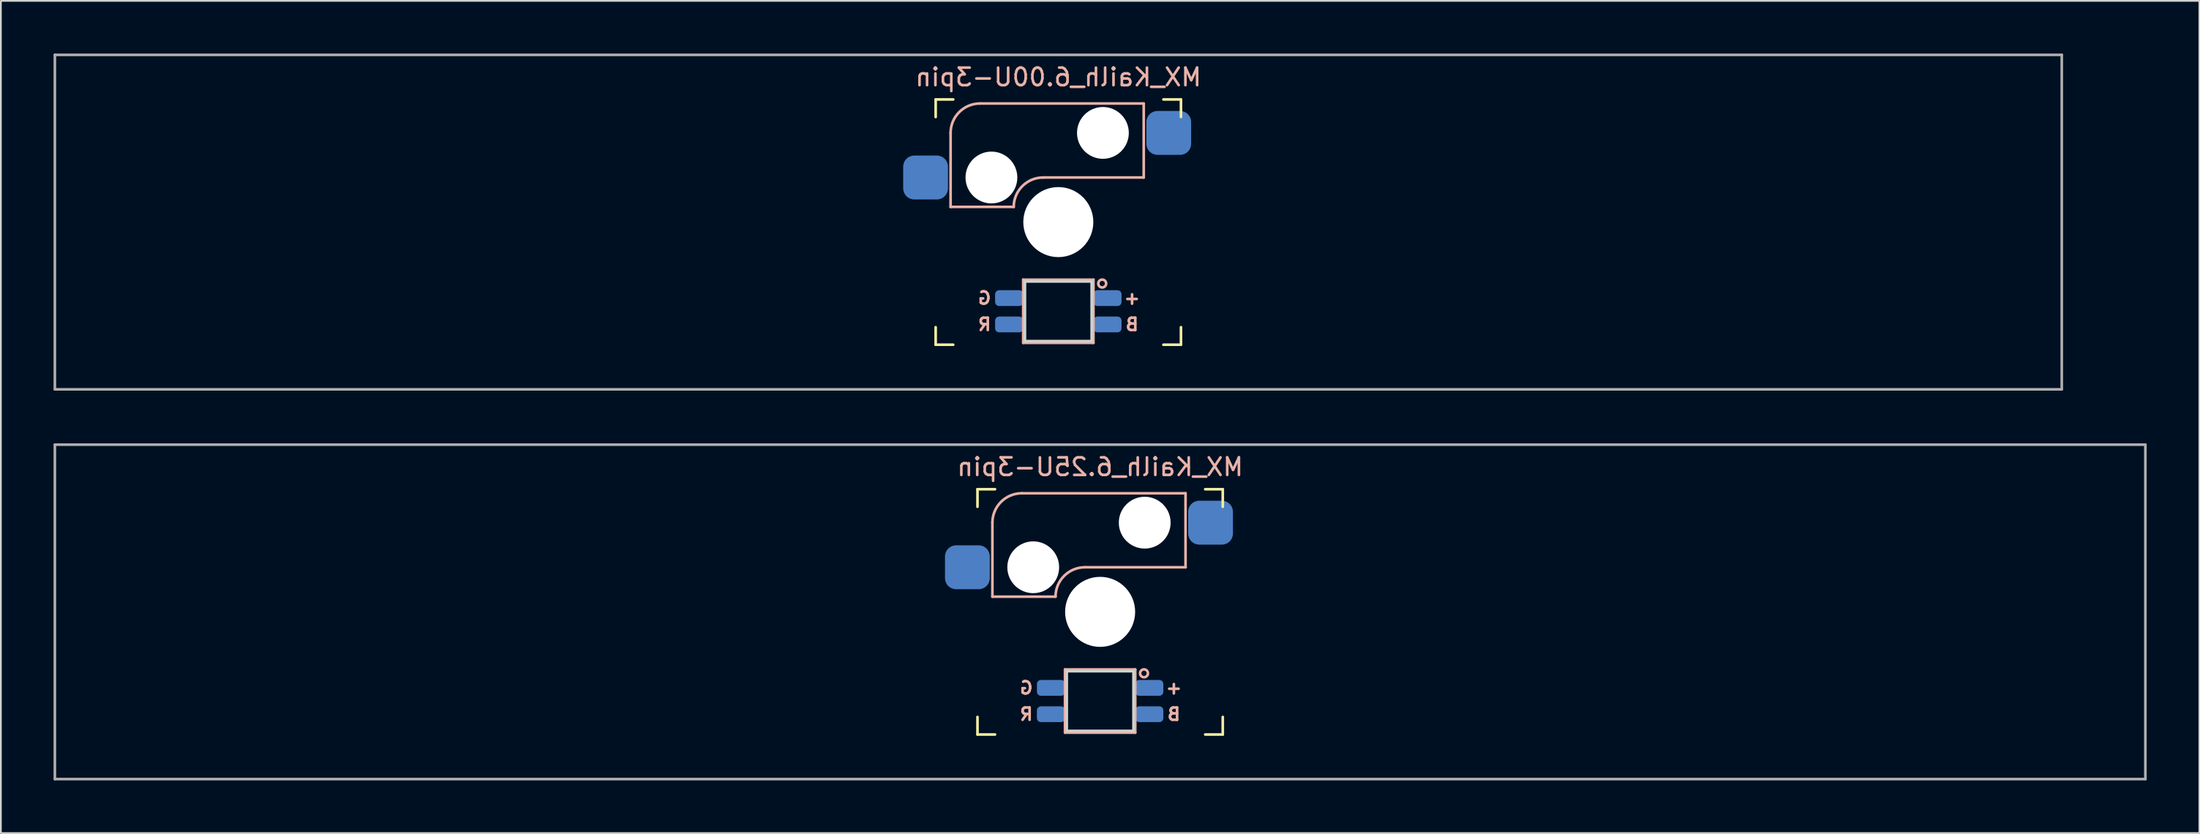
<source format=kicad_pcb>
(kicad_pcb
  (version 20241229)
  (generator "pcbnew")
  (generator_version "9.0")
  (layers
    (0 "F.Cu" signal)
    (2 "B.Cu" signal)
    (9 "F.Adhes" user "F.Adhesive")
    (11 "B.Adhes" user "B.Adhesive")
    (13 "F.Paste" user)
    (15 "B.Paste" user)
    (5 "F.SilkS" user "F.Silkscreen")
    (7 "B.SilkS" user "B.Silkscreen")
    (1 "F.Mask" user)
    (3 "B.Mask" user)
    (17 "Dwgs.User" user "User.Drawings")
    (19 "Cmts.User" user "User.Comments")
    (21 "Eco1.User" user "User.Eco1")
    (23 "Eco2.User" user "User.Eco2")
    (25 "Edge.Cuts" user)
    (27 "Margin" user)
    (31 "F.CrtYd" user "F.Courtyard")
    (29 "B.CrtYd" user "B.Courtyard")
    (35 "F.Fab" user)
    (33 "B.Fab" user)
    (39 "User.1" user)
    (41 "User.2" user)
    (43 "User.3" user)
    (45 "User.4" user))
  (footprint "MX_Kailh_6.25U-3pin"
    (layer "F.Cu")
    (at 59.606 31.8)
    (property "Reference" "MX_Kailh_6.25U-3pin" (at 0 -8.255 0) (layer "B.SilkS") (effects (font (size 1 1) (thickness 0.15)) (justify mirror)))
    (attr smd)
    (fp_line (start -6.985 -5.985) (end -6.985 -6.985) (stroke (width 0.15) (type solid)) (layer "F.SilkS"))
    (fp_line (start -6.985 6.985) (end -6.985 5.985) (stroke (width 0.15) (type solid)) (layer "F.SilkS"))
    (fp_line (start -6.985 6.985) (end -5.985 6.985) (stroke (width 0.15) (type solid)) (layer "F.SilkS"))
    (fp_line (start -5.985 -6.985) (end -6.985 -6.985) (stroke (width 0.15) (type solid)) (layer "F.SilkS"))
    (fp_line (start 5.985 6.985) (end 6.985 6.985) (stroke (width 0.15) (type solid)) (layer "F.SilkS"))
    (fp_line (start 6.985 -6.985) (end 5.985 -6.985) (stroke (width 0.15) (type solid)) (layer "F.SilkS"))
    (fp_line (start 6.985 -6.985) (end 6.985 -5.985) (stroke (width 0.15) (type solid)) (layer "F.SilkS"))
    (fp_line (start 6.985 5.985) (end 6.985 6.985) (stroke (width 0.15) (type solid)) (layer "F.SilkS"))
    (fp_line (start -6.135 -5.08) (end -6.135 -0.865) (stroke (width 0.15) (type solid)) (layer "B.SilkS"))
    (fp_line (start -6.135 -0.865) (end -2.54 -0.865) (stroke (width 0.15) (type solid)) (layer "B.SilkS"))
    (fp_line (start -4.46 -6.755) (end 4.865 -6.755) (stroke (width 0.15) (type solid)) (layer "B.SilkS"))
    (fp_line (start -2 3.28) (end -2 6.88) (stroke (width 0.15) (type solid)) (layer "B.SilkS"))
    (fp_line (start -2 6.88) (end 2 6.88) (stroke (width 0.15) (type solid)) (layer "B.SilkS"))
    (fp_line (start -0.865 -2.54) (end 4.865 -2.54) (stroke (width 0.15) (type solid)) (layer "B.SilkS"))
    (fp_line (start 2 3.28) (end -2 3.28) (stroke (width 0.15) (type solid)) (layer "B.SilkS"))
    (fp_line (start 2 6.88) (end 2 3.28) (stroke (width 0.15) (type solid)) (layer "B.SilkS"))
    (fp_line (start 4.865 -6.755) (end 4.865 -2.54) (stroke (width 0.15) (type solid)) (layer "B.SilkS"))
    (fp_arc (start -6.135 -5.08) (mid -5.644404 -6.264404) (end -4.46 -6.755) (stroke (width 0.15) (type solid)) (layer "B.SilkS"))
    (fp_arc (start -2.54 -0.865) (mid -2.049404 -2.049404) (end -0.865 -2.54) (stroke (width 0.15) (type solid)) (layer "B.SilkS"))
    (fp_circle (center 2.5 3.5) (end 2.724 3.5) (stroke (width 0.15) (type solid)) (fill no) (layer "B.SilkS"))
    (fp_line (start -6.985 6.985) (end -6.985 -6.985) (stroke (width 0.15) (type solid)) (layer "Eco2.User"))
    (fp_line (start -6.985 6.985) (end 6.985 6.985) (stroke (width 0.15) (type solid)) (layer "Eco2.User"))
    (fp_line (start 6.985 -6.985) (end -6.985 -6.985) (stroke (width 0.15) (type solid)) (layer "Eco2.User"))
    (fp_line (start 6.985 -6.985) (end 6.985 6.985) (stroke (width 0.15) (type solid)) (layer "Eco2.User"))
    (fp_line (start -1.9 3.38) (end -1.9 6.78) (stroke (width 0.15) (type solid)) (layer "Edge.Cuts"))
    (fp_line (start -1.9 3.38) (end 1.9 3.38) (stroke (width 0.15) (type solid)) (layer "Edge.Cuts"))
    (fp_line (start -1.9 6.78) (end 1.9 6.78) (stroke (width 0.15) (type solid)) (layer "Edge.Cuts"))
    (fp_line (start 1.9 3.38) (end 1.9 6.78) (stroke (width 0.15) (type solid)) (layer "Edge.Cuts"))
    (fp_line (start -59.531 -9.525) (end 59.531 -9.525) (stroke (width 0.15) (type solid)) (layer "F.Fab"))
    (fp_line (start -59.531 9.525) (end -59.531 -9.525) (stroke (width 0.15) (type solid)) (layer "F.Fab"))
    (fp_line (start 59.531 -9.525) (end 59.531 9.525) (stroke (width 0.15) (type solid)) (layer "F.Fab"))
    (fp_line (start 59.531 9.525) (end -59.531 9.525) (stroke (width 0.15) (type solid)) (layer "F.Fab"))
    (fp_text user "+" (at 4.2 4.33 0) (layer "B.SilkS") (effects (font (size 0.7 0.7) (thickness 0.15)) (justify mirror)))
    (fp_text user "G" (at -4.2 4.33 0) (layer "B.SilkS") (effects (font (size 0.7 0.7) (thickness 0.15)) (justify mirror)))
    (fp_text user "B" (at 4.2 5.83 0) (layer "B.SilkS") (effects (font (size 0.7 0.7) (thickness 0.15)) (justify mirror)))
    (fp_text user "R" (at -4.2 5.83 0) (layer "B.SilkS") (effects (font (size 0.7 0.7) (thickness 0.15)) (justify mirror)))
    (pad "" np_thru_hole circle (at -3.81 -2.54) (size 2.95 2.95) (drill 2.95) (layers "*.Cu" "*.Mask"))
    (pad "" np_thru_hole circle (at 0 0) (size 3.988 3.988) (drill 3.988) (layers "*.Cu" "*.Mask"))
    (pad "" np_thru_hole circle (at 2.54 -5.08) (size 2.95 2.95) (drill 2.95) (layers "*.Cu" "*.Mask"))
    (pad "1" smd roundrect (at 6.29 -5.08) (size 2.55 2.5) (layers "B.Cu" "B.Mask" "B.Paste") (roundrect_rratio 0.25))
    (pad "2" smd roundrect (at -7.56 -2.54) (size 2.55 2.5) (layers "B.Cu" "B.Mask" "B.Paste") (roundrect_rratio 0.25))
    (pad "3" smd roundrect (at 2.8 4.33) (size 1.6 0.9) (layers "B.Cu" "B.Mask" "B.Paste") (roundrect_rratio 0.25))
    (pad "4" smd roundrect (at -2.8 5.83) (size 1.6 0.9) (layers "B.Cu" "B.Mask" "B.Paste") (roundrect_rratio 0.25))
    (pad "5" smd roundrect (at -2.8 4.33) (size 1.6 0.9) (layers "B.Cu" "B.Mask" "B.Paste") (roundrect_rratio 0.25))
    (pad "6" smd roundrect (at 2.8 5.83) (size 1.6 0.9) (layers "B.Cu" "B.Mask" "B.Paste") (roundrect_rratio 0.25)))
  (footprint "MX_Kailh_6.00U-3pin"
    (layer "F.Cu")
    (at 57.225 9.6)
    (property "Reference" "MX_Kailh_6.00U-3pin" (at 0 -8.255 0) (layer "B.SilkS") (effects (font (size 1 1) (thickness 0.15)) (justify mirror)))
    (attr smd)
    (fp_line (start -6.985 -5.985) (end -6.985 -6.985) (stroke (width 0.15) (type solid)) (layer "F.SilkS"))
    (fp_line (start -6.985 6.985) (end -6.985 5.985) (stroke (width 0.15) (type solid)) (layer "F.SilkS"))
    (fp_line (start -6.985 6.985) (end -5.985 6.985) (stroke (width 0.15) (type solid)) (layer "F.SilkS"))
    (fp_line (start -5.985 -6.985) (end -6.985 -6.985) (stroke (width 0.15) (type solid)) (layer "F.SilkS"))
    (fp_line (start 5.985 6.985) (end 6.985 6.985) (stroke (width 0.15) (type solid)) (layer "F.SilkS"))
    (fp_line (start 6.985 -6.985) (end 5.985 -6.985) (stroke (width 0.15) (type solid)) (layer "F.SilkS"))
    (fp_line (start 6.985 -6.985) (end 6.985 -5.985) (stroke (width 0.15) (type solid)) (layer "F.SilkS"))
    (fp_line (start 6.985 5.985) (end 6.985 6.985) (stroke (width 0.15) (type solid)) (layer "F.SilkS"))
    (fp_line (start -6.135 -5.08) (end -6.135 -0.865) (stroke (width 0.15) (type solid)) (layer "B.SilkS"))
    (fp_line (start -6.135 -0.865) (end -2.54 -0.865) (stroke (width 0.15) (type solid)) (layer "B.SilkS"))
    (fp_line (start -4.46 -6.755) (end 4.865 -6.755) (stroke (width 0.15) (type solid)) (layer "B.SilkS"))
    (fp_line (start -2 3.28) (end -2 6.88) (stroke (width 0.15) (type solid)) (layer "B.SilkS"))
    (fp_line (start -2 6.88) (end 2 6.88) (stroke (width 0.15) (type solid)) (layer "B.SilkS"))
    (fp_line (start -0.865 -2.54) (end 4.865 -2.54) (stroke (width 0.15) (type solid)) (layer "B.SilkS"))
    (fp_line (start 2 3.28) (end -2 3.28) (stroke (width 0.15) (type solid)) (layer "B.SilkS"))
    (fp_line (start 2 6.88) (end 2 3.28) (stroke (width 0.15) (type solid)) (layer "B.SilkS"))
    (fp_line (start 4.865 -6.755) (end 4.865 -2.54) (stroke (width 0.15) (type solid)) (layer "B.SilkS"))
    (fp_arc (start -6.135 -5.08) (mid -5.644404 -6.264404) (end -4.46 -6.755) (stroke (width 0.15) (type solid)) (layer "B.SilkS"))
    (fp_arc (start -2.54 -0.865) (mid -2.049404 -2.049404) (end -0.865 -2.54) (stroke (width 0.15) (type solid)) (layer "B.SilkS"))
    (fp_circle (center 2.5 3.5) (end 2.724 3.5) (stroke (width 0.15) (type solid)) (fill no) (layer "B.SilkS"))
    (fp_line (start -6.985 6.985) (end -6.985 -6.985) (stroke (width 0.15) (type solid)) (layer "Eco2.User"))
    (fp_line (start -6.985 6.985) (end 6.985 6.985) (stroke (width 0.15) (type solid)) (layer "Eco2.User"))
    (fp_line (start 6.985 -6.985) (end -6.985 -6.985) (stroke (width 0.15) (type solid)) (layer "Eco2.User"))
    (fp_line (start 6.985 -6.985) (end 6.985 6.985) (stroke (width 0.15) (type solid)) (layer "Eco2.User"))
    (fp_line (start -1.9 3.38) (end -1.9 6.78) (stroke (width 0.15) (type solid)) (layer "Edge.Cuts"))
    (fp_line (start -1.9 3.38) (end 1.9 3.38) (stroke (width 0.15) (type solid)) (layer "Edge.Cuts"))
    (fp_line (start -1.9 6.78) (end 1.9 6.78) (stroke (width 0.15) (type solid)) (layer "Edge.Cuts"))
    (fp_line (start 1.9 3.38) (end 1.9 6.78) (stroke (width 0.15) (type solid)) (layer "Edge.Cuts"))
    (fp_line (start -57.15 -9.525) (end 57.15 -9.525) (stroke (width 0.15) (type solid)) (layer "F.Fab"))
    (fp_line (start -57.15 9.525) (end -57.15 -9.525) (stroke (width 0.15) (type solid)) (layer "F.Fab"))
    (fp_line (start 57.15 -9.525) (end 57.15 9.525) (stroke (width 0.15) (type solid)) (layer "F.Fab"))
    (fp_line (start 57.15 9.525) (end -57.15 9.525) (stroke (width 0.15) (type solid)) (layer "F.Fab"))
    (fp_text user "B" (at 4.2 5.83 0) (layer "B.SilkS") (effects (font (size 0.7 0.7) (thickness 0.15)) (justify mirror)))
    (fp_text user "G" (at -4.2 4.33 0) (layer "B.SilkS") (effects (font (size 0.7 0.7) (thickness 0.15)) (justify mirror)))
    (fp_text user "+" (at 4.2 4.33 0) (layer "B.SilkS") (effects (font (size 0.7 0.7) (thickness 0.15)) (justify mirror)))
    (fp_text user "R" (at -4.2 5.83 0) (layer "B.SilkS") (effects (font (size 0.7 0.7) (thickness 0.15)) (justify mirror)))
    (pad "" np_thru_hole circle (at -3.81 -2.54) (size 2.95 2.95) (drill 2.95) (layers "*.Cu" "*.Mask"))
    (pad "" np_thru_hole circle (at 0 0) (size 3.988 3.988) (drill 3.988) (layers "*.Cu" "*.Mask"))
    (pad "" np_thru_hole circle (at 2.54 -5.08) (size 2.95 2.95) (drill 2.95) (layers "*.Cu" "*.Mask"))
    (pad "1" smd roundrect (at 6.29 -5.08) (size 2.55 2.5) (layers "B.Cu" "B.Mask" "B.Paste") (roundrect_rratio 0.25))
    (pad "2" smd roundrect (at -7.56 -2.54) (size 2.55 2.5) (layers "B.Cu" "B.Mask" "B.Paste") (roundrect_rratio 0.25))
    (pad "3" smd roundrect (at 2.8 4.33) (size 1.6 0.9) (layers "B.Cu" "B.Mask" "B.Paste") (roundrect_rratio 0.25))
    (pad "4" smd roundrect (at -2.8 5.83) (size 1.6 0.9) (layers "B.Cu" "B.Mask" "B.Paste") (roundrect_rratio 0.25))
    (pad "5" smd roundrect (at -2.8 4.33) (size 1.6 0.9) (layers "B.Cu" "B.Mask" "B.Paste") (roundrect_rratio 0.25))
    (pad "6" smd roundrect (at 2.8 5.83) (size 1.6 0.9) (layers "B.Cu" "B.Mask" "B.Paste") (roundrect_rratio 0.25)))
  (gr_rect
    (start -3 -3)
    (end 122.213 44.4)
    (stroke (width 0.1) (type default))
    (fill no)
    (layer "Edge.Cuts")))
</source>
